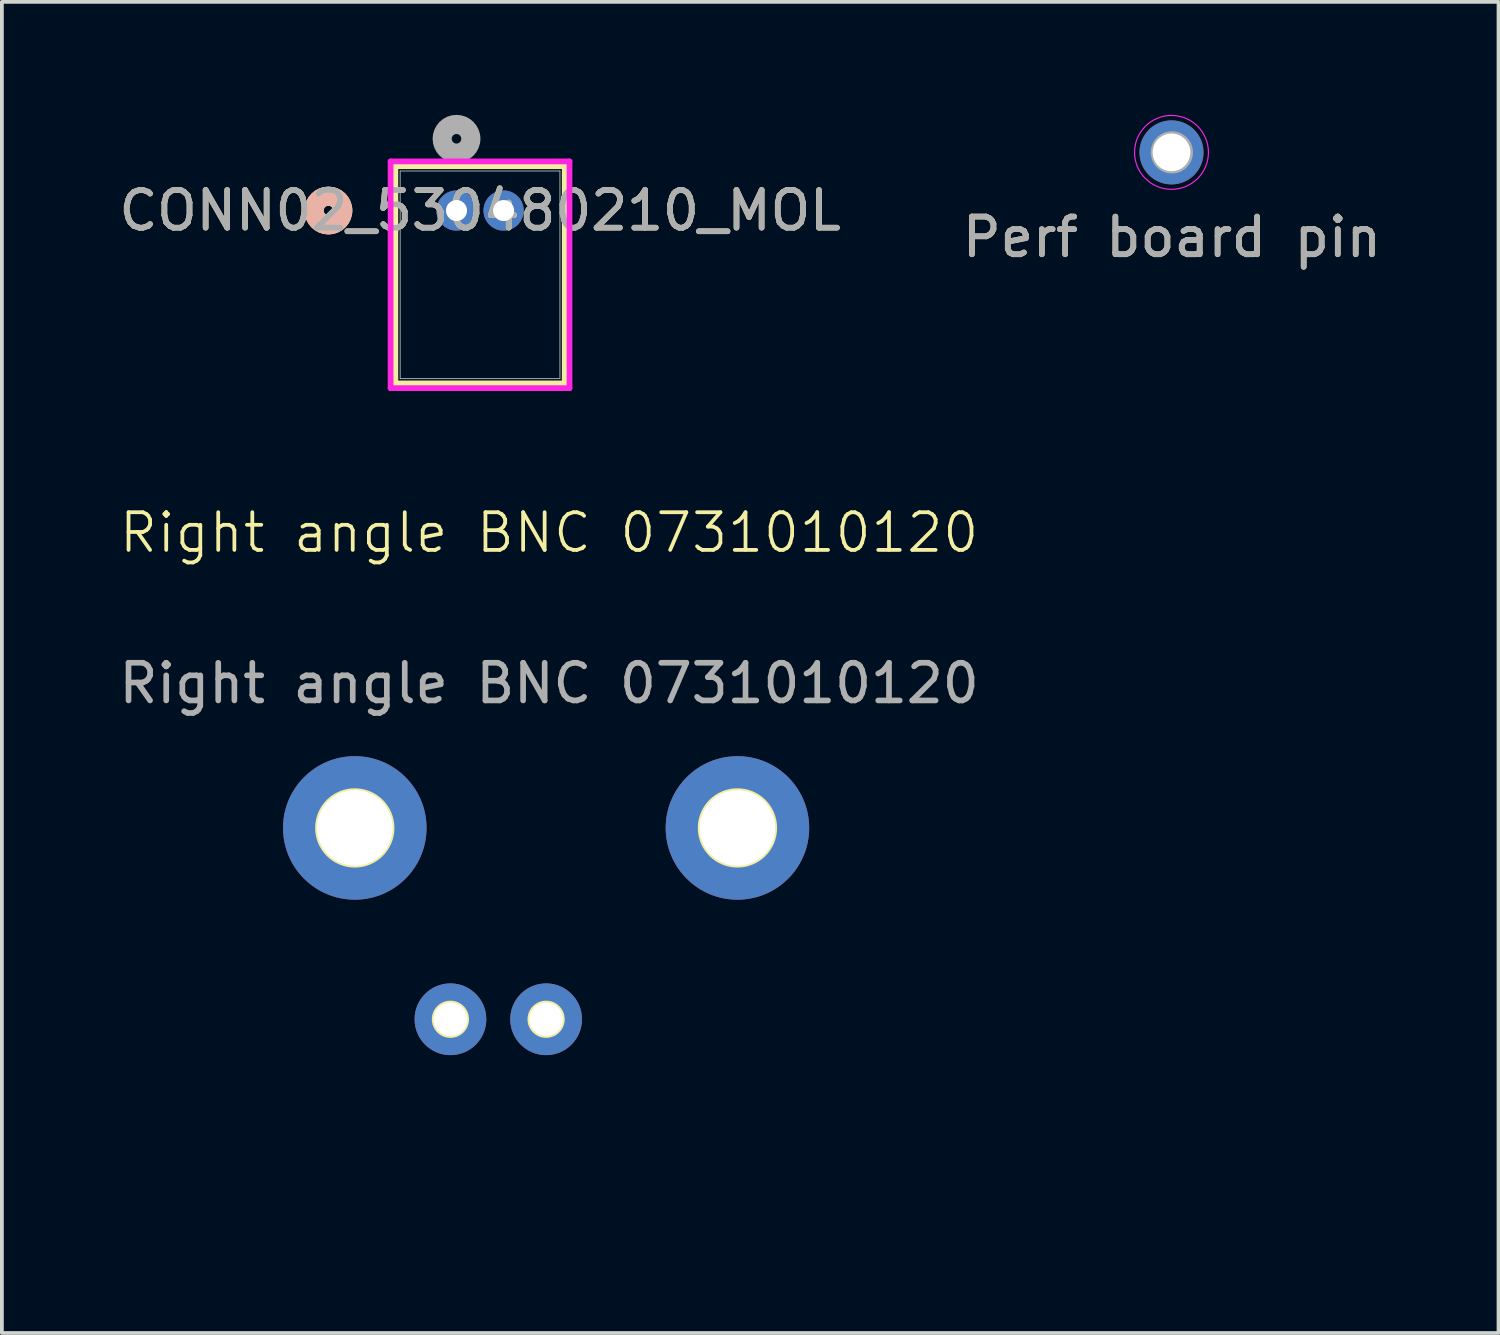
<source format=kicad_pcb>
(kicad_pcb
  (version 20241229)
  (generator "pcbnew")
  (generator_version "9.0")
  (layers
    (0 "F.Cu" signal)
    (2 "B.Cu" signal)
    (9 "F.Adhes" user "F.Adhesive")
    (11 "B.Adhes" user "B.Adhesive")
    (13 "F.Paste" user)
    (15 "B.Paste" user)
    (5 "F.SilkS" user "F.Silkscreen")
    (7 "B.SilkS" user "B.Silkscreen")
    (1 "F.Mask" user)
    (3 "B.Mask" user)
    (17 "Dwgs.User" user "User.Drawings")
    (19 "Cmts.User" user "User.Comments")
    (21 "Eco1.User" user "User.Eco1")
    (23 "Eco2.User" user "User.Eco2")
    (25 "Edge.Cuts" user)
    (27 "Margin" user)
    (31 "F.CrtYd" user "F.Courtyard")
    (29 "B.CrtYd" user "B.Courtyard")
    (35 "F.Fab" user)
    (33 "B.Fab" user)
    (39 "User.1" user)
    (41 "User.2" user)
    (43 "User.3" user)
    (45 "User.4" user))
  (footprint "Right angle BNC 0731010120"
    (layer "F.Cu")
    (at 16.53 29.093)
    (property "Reference" "Right angle BNC 0731010120" (at -5 -18 0) (unlocked yes) (layer "F.SilkS") (effects (font (size 1 1) (thickness 0.1))))
    (attr through_hole)
    (fp_circle (center -10.16 -10.16) (end -9.157 -10.16) (stroke (width 0.1) (type default)) (fill no) (layer "F.SilkS"))
    (fp_circle (center -7.62 -5.08) (end -7.176 -5.08) (stroke (width 0.1) (type default)) (fill no) (layer "F.SilkS"))
    (fp_circle (center -5.08 -5.08) (end -4.636 -5.08) (stroke (width 0.1) (type default)) (fill no) (layer "F.SilkS"))
    (fp_circle (center 0 -10.16) (end 1.003 -10.16) (stroke (width 0.1) (type default)) (fill no) (layer "F.SilkS"))
    (fp_text user "${REFERENCE}" (at -5 -14 0) (unlocked yes) (layer "F.Fab") (effects (font (size 1 1) (thickness 0.15))))
    (pad "1" thru_hole circle (at -5.08 -5.08) (size 1.905 1.905) (drill 0.889) (layers "*.Cu" "*.Mask"))
    (pad "2" thru_hole circle (at -10.16 -10.16) (size 3.81 3.81) (drill 2.007) (layers "*.Cu" "*.Mask"))
    (pad "2" thru_hole circle (at -7.62 -5.08) (size 1.905 1.905) (drill 0.889) (layers "*.Cu" "*.Mask"))
    (pad "2" thru_hole circle (at 0 -10.16) (size 3.81 3.81) (drill 2.007) (layers "*.Cu" "*.Mask")))
  (footprint "Perf board pin"
    (layer "F.Cu")
    (at 28.065 0.996)
    (property "Reference" "Perf board pin" (at 0 2.25 0) (layer "F.SilkS") (effects (font (size 1 1) (thickness 0.15))))
    (attr through_hole board_only exclude_from_bom)
    (fp_circle (center -0.01 0) (end 0.971 0) (stroke (width 0.03) (type default)) (fill no) (layer "F.CrtYd"))
    (fp_circle (center 0 0) (end 0.5 0) (stroke (width 0.12) (type solid)) (fill no) (layer "F.Fab"))
    (fp_text user "${REFERENCE}" (at 0 2.25 0) (layer "F.Fab") (effects (font (size 1 1) (thickness 0.15))))
    (pad "" thru_hole circle (at -0.01 0) (size 1.7 1.7) (drill 1) (layers "*.Cu" "*.Mask")))
  (footprint "CONN02_530480210_MOL"
    (layer "F.Cu")
    (at 9.071 2.54)
    (property "Reference" "CONN02_530480210_MOL" (at 0.625 0 0) (unlocked yes) (layer "F.SilkS") (effects (font (size 1 1) (thickness 0.15))))
    (attr through_hole)
    (fp_line (start -1.623 -1.177) (end -1.623 4.589) (stroke (width 0.152) (type solid)) (layer "F.SilkS"))
    (fp_line (start -1.623 4.589) (end 2.873 4.589) (stroke (width 0.152) (type solid)) (layer "F.SilkS"))
    (fp_line (start 2.873 -1.177) (end -1.623 -1.177) (stroke (width 0.152) (type solid)) (layer "F.SilkS"))
    (fp_line (start 2.873 4.589) (end 2.873 -1.177) (stroke (width 0.152) (type solid)) (layer "F.SilkS"))
    (fp_circle (center -3.401 0) (end -3.02 0) (stroke (width 0.508) (type solid)) (fill no) (layer "F.SilkS"))
    (fp_circle (center -3.401 0) (end -3.02 0) (stroke (width 0.508) (type solid)) (fill no) (layer "B.SilkS"))
    (fp_line (start -1.75 -1.304) (end -1.75 4.716) (stroke (width 0.152) (type solid)) (layer "F.CrtYd"))
    (fp_line (start -1.75 4.716) (end 3 4.716) (stroke (width 0.152) (type solid)) (layer "F.CrtYd"))
    (fp_line (start 3 -1.304) (end -1.75 -1.304) (stroke (width 0.152) (type solid)) (layer "F.CrtYd"))
    (fp_line (start 3 4.716) (end 3 -1.304) (stroke (width 0.152) (type solid)) (layer "F.CrtYd"))
    (fp_line (start -1.496 -1.05) (end -1.496 4.462) (stroke (width 0.025) (type solid)) (layer "F.Fab"))
    (fp_line (start -1.496 4.462) (end 2.746 4.462) (stroke (width 0.025) (type solid)) (layer "F.Fab"))
    (fp_line (start 2.746 -1.05) (end -1.496 -1.05) (stroke (width 0.025) (type solid)) (layer "F.Fab"))
    (fp_line (start 2.746 4.462) (end 2.746 -1.05) (stroke (width 0.025) (type solid)) (layer "F.Fab"))
    (fp_circle (center 0 -1.905) (end 0.381 -1.905) (stroke (width 0.508) (type solid)) (fill no) (layer "F.Fab"))
    (fp_text user "${REFERENCE}" (at 0.625 0 0) (unlocked yes) (layer "F.Fab") (effects (font (size 1 1) (thickness 0.15))))
    (pad "1" thru_hole circle (at 0 0) (size 1.067 1.067) (drill 0.559) (layers "*.Cu" "*.Mask"))
    (pad "2" thru_hole circle (at 1.25 0) (size 1.067 1.067) (drill 0.559) (layers "*.Cu" "*.Mask")))
  (gr_rect
    (start -3 -3)
    (end 36.738 32.343)
    (stroke (width 0.1) (type default))
    (fill no)
    (layer "Edge.Cuts")))
</source>
